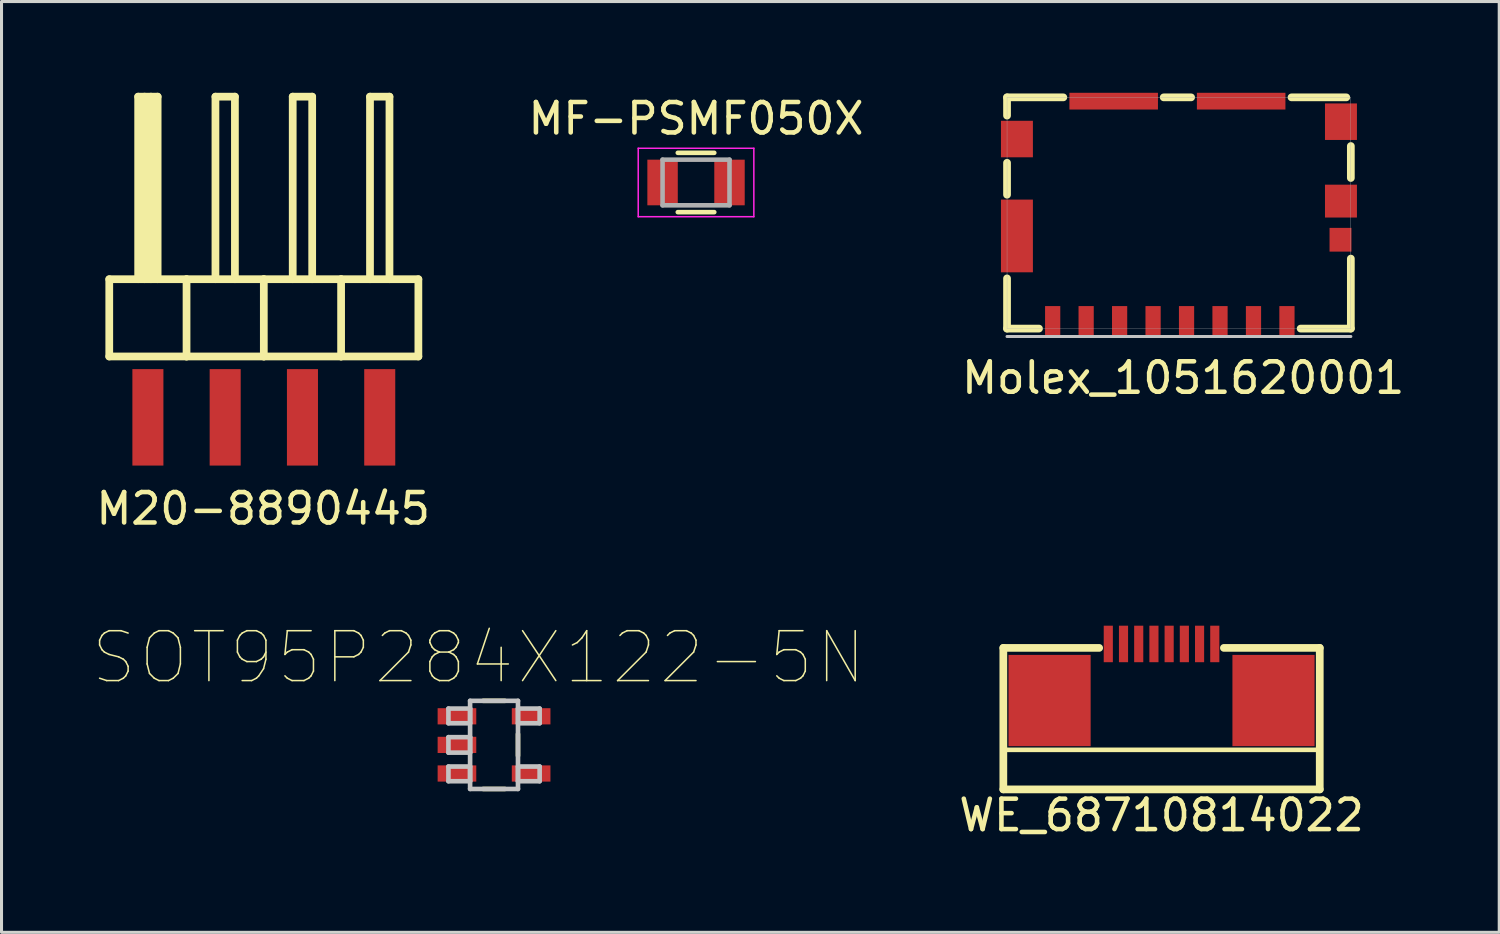
<source format=kicad_pcb>
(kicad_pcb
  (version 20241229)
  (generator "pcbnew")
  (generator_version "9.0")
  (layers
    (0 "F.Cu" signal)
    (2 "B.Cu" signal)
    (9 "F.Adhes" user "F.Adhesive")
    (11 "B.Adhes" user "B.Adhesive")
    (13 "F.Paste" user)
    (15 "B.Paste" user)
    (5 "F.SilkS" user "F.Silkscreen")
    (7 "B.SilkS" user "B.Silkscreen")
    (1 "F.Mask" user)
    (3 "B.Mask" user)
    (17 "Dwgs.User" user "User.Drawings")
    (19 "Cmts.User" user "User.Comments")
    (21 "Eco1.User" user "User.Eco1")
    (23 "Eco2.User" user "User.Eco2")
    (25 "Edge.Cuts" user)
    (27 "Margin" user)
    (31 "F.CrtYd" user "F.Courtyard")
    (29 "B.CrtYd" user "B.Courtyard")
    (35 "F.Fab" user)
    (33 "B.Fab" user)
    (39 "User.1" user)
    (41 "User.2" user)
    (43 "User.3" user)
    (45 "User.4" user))
  (footprint "WE_68710814022"
    (layer "F.Cu")
    (at 35.127 20.745)
    (property "Reference" "WE_68710814022" (at 0 3 0) (layer "F.SilkS") (effects (font (size 1 1) (thickness 0.15))))
    (attr through_hole)
    (fp_line (start -5.2 -2.5) (end -2.05 -2.5) (stroke (width 0.254) (type solid)) (layer "F.SilkS"))
    (fp_line (start -5.2 0.85) (end 5.2 0.85) (stroke (width 0.15) (type solid)) (layer "F.SilkS"))
    (fp_line (start -5.2 2.15) (end -5.2 -2.5) (stroke (width 0.254) (type solid)) (layer "F.SilkS"))
    (fp_line (start -5.2 2.15) (end 5.2 2.15) (stroke (width 0.254) (type solid)) (layer "F.SilkS"))
    (fp_line (start 2.05 -2.5) (end 5.2 -2.5) (stroke (width 0.254) (type solid)) (layer "F.SilkS"))
    (fp_line (start 5.2 2.15) (end 5.2 -2.5) (stroke (width 0.254) (type solid)) (layer "F.SilkS"))
    (pad "" smd rect (at -3.68 -0.77) (size 2.7 3) (layers "F.Cu" "F.Mask" "F.Paste"))
    (pad "" smd rect (at 3.68 -0.77) (size 2.7 3) (layers "F.Cu" "F.Mask" "F.Paste"))
    (pad "1" smd rect (at -1.75 -2.63) (size 0.3 1.2) (layers "F.Cu" "F.Mask" "F.Paste"))
    (pad "2" smd rect (at -1.25 -2.63) (size 0.3 1.2) (layers "F.Cu" "F.Mask" "F.Paste"))
    (pad "3" smd rect (at -0.75 -2.63) (size 0.3 1.2) (layers "F.Cu" "F.Mask" "F.Paste"))
    (pad "4" smd rect (at -0.25 -2.63) (size 0.3 1.2) (layers "F.Cu" "F.Mask" "F.Paste"))
    (pad "5" smd rect (at 0.25 -2.63) (size 0.3 1.2) (layers "F.Cu" "F.Mask" "F.Paste"))
    (pad "6" smd rect (at 0.75 -2.63) (size 0.3 1.2) (layers "F.Cu" "F.Mask" "F.Paste"))
    (pad "7" smd rect (at 1.25 -2.63) (size 0.3 1.2) (layers "F.Cu" "F.Mask" "F.Paste"))
    (pad "8" smd rect (at 1.75 -2.63) (size 0.3 1.2) (layers "F.Cu" "F.Mask" "F.Paste")))
  (footprint "Molex_1051620001"
    (layer "F.Cu")
    (at 35.699 3.95)
    (property "Reference" "Molex_1051620001" (at 0.14 5.42 0) (layer "F.SilkS") (effects (font (size 1 1) (thickness 0.15))))
    (attr through_hole)
    (fp_line (start -5.65 -3.8) (end -5.65 -3.2) (stroke (width 0.254) (type solid)) (layer "F.SilkS"))
    (fp_line (start -5.65 -1.65) (end -5.65 -0.6) (stroke (width 0.254) (type solid)) (layer "F.SilkS"))
    (fp_line (start -5.65 2.15) (end -5.65 3.8) (stroke (width 0.254) (type solid)) (layer "F.SilkS"))
    (fp_line (start -4.6 3.8) (end -5.65 3.8) (stroke (width 0.254) (type solid)) (layer "F.SilkS"))
    (fp_line (start -3.8 -3.8) (end -5.65 -3.8) (stroke (width 0.254) (type solid)) (layer "F.SilkS"))
    (fp_line (start 0.4 -3.8) (end -0.5 -3.8) (stroke (width 0.254) (type solid)) (layer "F.SilkS"))
    (fp_line (start 5.5 -3.8) (end 3.7 -3.8) (stroke (width 0.254) (type solid)) (layer "F.SilkS"))
    (fp_line (start 5.65 -2.2) (end 5.65 -1.15) (stroke (width 0.254) (type solid)) (layer "F.SilkS"))
    (fp_line (start 5.65 1.5) (end 5.65 3.8) (stroke (width 0.254) (type solid)) (layer "F.SilkS"))
    (fp_line (start 5.65 3.8) (end 4 3.8) (stroke (width 0.254) (type solid)) (layer "F.SilkS"))
    (fp_line (start -5.65 4.06) (end 5.65 4.06) (stroke (width 0.1) (type solid)) (layer "Dwgs.User"))
    (fp_line (start -5.65 -3.8) (end 5.65 -3.8) (stroke (width 0.01) (type solid)) (layer "F.Fab"))
    (fp_line (start -5.65 3.8) (end -5.65 -3.8) (stroke (width 0.01) (type solid)) (layer "F.Fab"))
    (fp_line (start -5.65 3.8) (end 5.65 3.8) (stroke (width 0.01) (type solid)) (layer "F.Fab"))
    (fp_line (start 5.65 -3.8) (end 5.65 3.8) (stroke (width 0.01) (type solid)) (layer "F.Fab"))
    (pad "" smd rect (at -2.145 -3.675) (size 2.91 0.55) (layers "F.Cu" "F.Mask" "F.Paste"))
    (pad "" smd rect (at 2.045 -3.675) (size 2.91 0.55) (layers "F.Cu" "F.Mask" "F.Paste"))
    (pad "1" smd rect (at 3.55 3.56) (size 0.5 1) (layers "F.Cu" "F.Mask" "F.Paste"))
    (pad "2" smd rect (at 2.45 3.56) (size 0.5 1) (layers "F.Cu" "F.Mask" "F.Paste"))
    (pad "3" smd rect (at 1.35 3.56) (size 0.5 1) (layers "F.Cu" "F.Mask" "F.Paste"))
    (pad "4" smd rect (at 0.25 3.56) (size 0.5 1) (layers "F.Cu" "F.Mask" "F.Paste"))
    (pad "5" smd rect (at -0.85 3.56) (size 0.5 1) (layers "F.Cu" "F.Mask" "F.Paste"))
    (pad "6" smd rect (at -1.95 3.56) (size 0.5 1) (layers "F.Cu" "F.Mask" "F.Paste"))
    (pad "7" smd rect (at -3.05 3.56) (size 0.5 1) (layers "F.Cu" "F.Mask" "F.Paste"))
    (pad "8" smd rect (at -4.15 3.56) (size 0.5 1) (layers "F.Cu" "F.Mask" "F.Paste"))
    (pad "9" smd rect (at 5.31 0.88) (size 0.72 0.78) (layers "F.Cu" "F.Mask" "F.Paste"))
    (pad "10" smd rect (at -5.325 -2.43) (size 1.05 1.2) (layers "F.Cu" "F.Mask" "F.Paste"))
    (pad "10" smd rect (at -5.325 0.755) (size 1.05 2.39) (layers "F.Cu" "F.Mask" "F.Paste"))
    (pad "10" smd rect (at 5.325 -3) (size 1.05 1.2) (layers "F.Cu" "F.Mask" "F.Paste"))
    (pad "10" smd rect (at 5.325 -0.39) (size 1.05 1.08) (layers "F.Cu" "F.Mask" "F.Paste")))
  (footprint "M20-8890445"
    (layer "F.Cu")
    (at 5.621 10.667)
    (property "Reference" "M20-8890445" (at -0.02 3 0) (layer "F.SilkS") (effects (font (size 1 1) (thickness 0.15))))
    (attr through_hole)
    (fp_line (start -5.08 -2) (end -5.08 -4.54) (stroke (width 0.254) (type solid)) (layer "F.SilkS"))
    (fp_line (start -4.13 -10.54) (end -3.49 -10.54) (stroke (width 0.254) (type solid)) (layer "F.SilkS"))
    (fp_line (start -4.13 -4.54) (end -4.13 -10.54) (stroke (width 0.254) (type solid)) (layer "F.SilkS"))
    (fp_line (start -3.92 -4.54) (end -3.92 -10.54) (stroke (width 0.254) (type solid)) (layer "F.SilkS"))
    (fp_line (start -3.71 -4.54) (end -3.71 -10.54) (stroke (width 0.254) (type solid)) (layer "F.SilkS"))
    (fp_line (start -3.49 -4.54) (end -3.49 -10.54) (stroke (width 0.254) (type solid)) (layer "F.SilkS"))
    (fp_line (start -2.54 -4.54) (end -5.08 -4.54) (stroke (width 0.254) (type solid)) (layer "F.SilkS"))
    (fp_line (start -2.54 -2) (end -5.08 -2) (stroke (width 0.254) (type solid)) (layer "F.SilkS"))
    (fp_line (start -2.54 -2) (end -2.54 -4.54) (stroke (width 0.254) (type solid)) (layer "F.SilkS"))
    (fp_line (start -1.59 -10.54) (end -0.95 -10.54) (stroke (width 0.254) (type solid)) (layer "F.SilkS"))
    (fp_line (start -1.59 -4.54) (end -1.59 -10.54) (stroke (width 0.254) (type solid)) (layer "F.SilkS"))
    (fp_line (start -0.95 -4.54) (end -0.95 -10.54) (stroke (width 0.254) (type solid)) (layer "F.SilkS"))
    (fp_line (start 0 -4.54) (end -2.54 -4.54) (stroke (width 0.254) (type solid)) (layer "F.SilkS"))
    (fp_line (start 0 -2) (end -2.54 -2) (stroke (width 0.254) (type solid)) (layer "F.SilkS"))
    (fp_line (start 0 -2) (end 0 -4.54) (stroke (width 0.254) (type solid)) (layer "F.SilkS"))
    (fp_line (start 0.95 -10.54) (end 1.59 -10.54) (stroke (width 0.254) (type solid)) (layer "F.SilkS"))
    (fp_line (start 0.95 -4.54) (end 0.95 -10.54) (stroke (width 0.254) (type solid)) (layer "F.SilkS"))
    (fp_line (start 1.59 -4.54) (end 1.59 -10.54) (stroke (width 0.254) (type solid)) (layer "F.SilkS"))
    (fp_line (start 2.54 -4.54) (end 0 -4.54) (stroke (width 0.254) (type solid)) (layer "F.SilkS"))
    (fp_line (start 2.54 -2) (end 0 -2) (stroke (width 0.254) (type solid)) (layer "F.SilkS"))
    (fp_line (start 2.54 -2) (end 2.54 -4.54) (stroke (width 0.254) (type solid)) (layer "F.SilkS"))
    (fp_line (start 3.49 -10.54) (end 4.13 -10.54) (stroke (width 0.254) (type solid)) (layer "F.SilkS"))
    (fp_line (start 3.49 -4.54) (end 3.49 -10.54) (stroke (width 0.254) (type solid)) (layer "F.SilkS"))
    (fp_line (start 4.13 -4.54) (end 4.13 -10.54) (stroke (width 0.254) (type solid)) (layer "F.SilkS"))
    (fp_line (start 5.08 -4.54) (end 2.54 -4.54) (stroke (width 0.254) (type solid)) (layer "F.SilkS"))
    (fp_line (start 5.08 -4.54) (end 5.08 -2) (stroke (width 0.254) (type solid)) (layer "F.SilkS"))
    (fp_line (start 5.08 -2) (end 2.54 -2) (stroke (width 0.254) (type solid)) (layer "F.SilkS"))
    (pad "1" smd rect (at -3.81 0) (size 1.02 3.17) (layers "F.Cu" "F.Mask" "F.Paste"))
    (pad "2" smd rect (at -1.27 0) (size 1.02 3.17) (layers "F.Cu" "F.Mask" "F.Paste"))
    (pad "3" smd rect (at 1.27 0) (size 1.02 3.17) (layers "F.Cu" "F.Mask" "F.Paste"))
    (pad "4" smd rect (at 3.81 0) (size 1.02 3.17) (layers "F.Cu" "F.Mask" "F.Paste")))
  (footprint "SOT95P284X122-5N"
    (layer "F.Cu")
    (at 13.188 21.433)
    (property "Reference" "SOT95P284X122-5N" (at -0.508 -2.87 0) (layer "F.SilkS") (effects (font (size 1.64 1.64) (thickness 0.05))))
    (attr smd)
    (fp_line (start -0.356 1.448) (end 0.356 1.448) (stroke (width 0.152) (type solid)) (layer "F.SilkS"))
    (fp_line (start 0.356 -1.448) (end -0.356 -1.448) (stroke (width 0.152) (type solid)) (layer "F.SilkS"))
    (fp_line (start 0.787 0.356) (end 0.787 -0.356) (stroke (width 0.152) (type solid)) (layer "F.SilkS"))
    (fp_line (start -1.499 -1.194) (end -1.499 -0.711) (stroke (width 0.152) (type solid)) (layer "Dwgs.User"))
    (fp_line (start -1.499 -0.711) (end -0.787 -0.711) (stroke (width 0.152) (type solid)) (layer "Dwgs.User"))
    (fp_line (start -1.499 -0.254) (end -1.499 0.254) (stroke (width 0.152) (type solid)) (layer "Dwgs.User"))
    (fp_line (start -1.499 0.254) (end -0.787 0.254) (stroke (width 0.152) (type solid)) (layer "Dwgs.User"))
    (fp_line (start -1.499 0.711) (end -1.499 1.194) (stroke (width 0.152) (type solid)) (layer "Dwgs.User"))
    (fp_line (start -1.499 1.194) (end -0.787 1.194) (stroke (width 0.152) (type solid)) (layer "Dwgs.User"))
    (fp_line (start -0.787 -1.448) (end -0.787 1.448) (stroke (width 0.152) (type solid)) (layer "Dwgs.User"))
    (fp_line (start -0.787 -1.194) (end -1.499 -1.194) (stroke (width 0.152) (type solid)) (layer "Dwgs.User"))
    (fp_line (start -0.787 -0.711) (end -0.787 -1.194) (stroke (width 0.152) (type solid)) (layer "Dwgs.User"))
    (fp_line (start -0.787 -0.254) (end -1.499 -0.254) (stroke (width 0.152) (type solid)) (layer "Dwgs.User"))
    (fp_line (start -0.787 0.254) (end -0.787 -0.254) (stroke (width 0.152) (type solid)) (layer "Dwgs.User"))
    (fp_line (start -0.787 0.711) (end -1.499 0.711) (stroke (width 0.152) (type solid)) (layer "Dwgs.User"))
    (fp_line (start -0.787 1.194) (end -0.787 0.711) (stroke (width 0.152) (type solid)) (layer "Dwgs.User"))
    (fp_line (start -0.787 1.448) (end 0.787 1.448) (stroke (width 0.152) (type solid)) (layer "Dwgs.User"))
    (fp_line (start 0.787 -1.448) (end -0.787 -1.448) (stroke (width 0.152) (type solid)) (layer "Dwgs.User"))
    (fp_line (start 0.787 -1.194) (end 0.787 -0.711) (stroke (width 0.152) (type solid)) (layer "Dwgs.User"))
    (fp_line (start 0.787 -0.711) (end 1.499 -0.711) (stroke (width 0.152) (type solid)) (layer "Dwgs.User"))
    (fp_line (start 0.787 0.711) (end 0.787 1.194) (stroke (width 0.152) (type solid)) (layer "Dwgs.User"))
    (fp_line (start 0.787 1.194) (end 1.499 1.194) (stroke (width 0.152) (type solid)) (layer "Dwgs.User"))
    (fp_line (start 0.787 1.448) (end 0.787 -1.448) (stroke (width 0.152) (type solid)) (layer "Dwgs.User"))
    (fp_line (start 1.499 -1.194) (end 0.787 -1.194) (stroke (width 0.152) (type solid)) (layer "Dwgs.User"))
    (fp_line (start 1.499 -0.711) (end 1.499 -1.194) (stroke (width 0.152) (type solid)) (layer "Dwgs.User"))
    (fp_line (start 1.499 0.711) (end 0.787 0.711) (stroke (width 0.152) (type solid)) (layer "Dwgs.User"))
    (fp_line (start 1.499 1.194) (end 1.499 0.711) (stroke (width 0.152) (type solid)) (layer "Dwgs.User"))
    (pad "1" smd rect (at -1.219 -0.94) (size 1.27 0.533) (layers "F.Cu" "F.Mask" "F.Paste"))
    (pad "2" smd rect (at -1.219 0) (size 1.27 0.533) (layers "F.Cu" "F.Mask" "F.Paste"))
    (pad "3" smd rect (at -1.219 0.94) (size 1.27 0.533) (layers "F.Cu" "F.Mask" "F.Paste"))
    (pad "4" smd rect (at 1.219 0.94) (size 1.27 0.533) (layers "F.Cu" "F.Mask" "F.Paste"))
    (pad "5" smd rect (at 1.219 -0.94) (size 1.27 0.533) (layers "F.Cu" "F.Mask" "F.Paste")))
  (footprint "MF-PSMF050X"
    (layer "F.Cu")
    (at 19.827 2.948)
    (property "Reference" "MF-PSMF050X" (at 0 -2.1 0) (layer "F.SilkS") (effects (font (size 1 1) (thickness 0.15))))
    (attr smd)
    (fp_line (start -0.6 0.975) (end 0.6 0.975) (stroke (width 0.15) (type solid)) (layer "F.SilkS"))
    (fp_line (start 0.6 -0.975) (end -0.6 -0.975) (stroke (width 0.15) (type solid)) (layer "F.SilkS"))
    (fp_line (start -1.9 -1.125) (end -1.9 1.125) (stroke (width 0.05) (type solid)) (layer "F.CrtYd"))
    (fp_line (start -1.9 -1.125) (end 1.9 -1.125) (stroke (width 0.05) (type solid)) (layer "F.CrtYd"))
    (fp_line (start -1.9 1.125) (end 1.9 1.125) (stroke (width 0.05) (type solid)) (layer "F.CrtYd"))
    (fp_line (start 1.9 -1.125) (end 1.9 1.125) (stroke (width 0.05) (type solid)) (layer "F.CrtYd"))
    (fp_line (start -1.1 -0.75) (end 1.1 -0.75) (stroke (width 0.15) (type solid)) (layer "F.Fab"))
    (fp_line (start -1.1 0.75) (end -1.1 -0.75) (stroke (width 0.15) (type solid)) (layer "F.Fab"))
    (fp_line (start 1.1 -0.75) (end 1.1 0.75) (stroke (width 0.15) (type solid)) (layer "F.Fab"))
    (fp_line (start 1.1 0.75) (end -1.1 0.75) (stroke (width 0.15) (type solid)) (layer "F.Fab"))
    (pad "1" smd rect (at -1.1 0) (size 1 1.5) (layers "F.Cu" "F.Mask" "F.Paste"))
    (pad "2" smd rect (at 1.1 0) (size 1 1.5) (layers "F.Cu" "F.Mask" "F.Paste")))
  (gr_rect
    (start -3 -3)
    (end 46.226 27.593)
    (stroke (width 0.1) (type default))
    (fill no)
    (layer "Edge.Cuts")))
</source>
